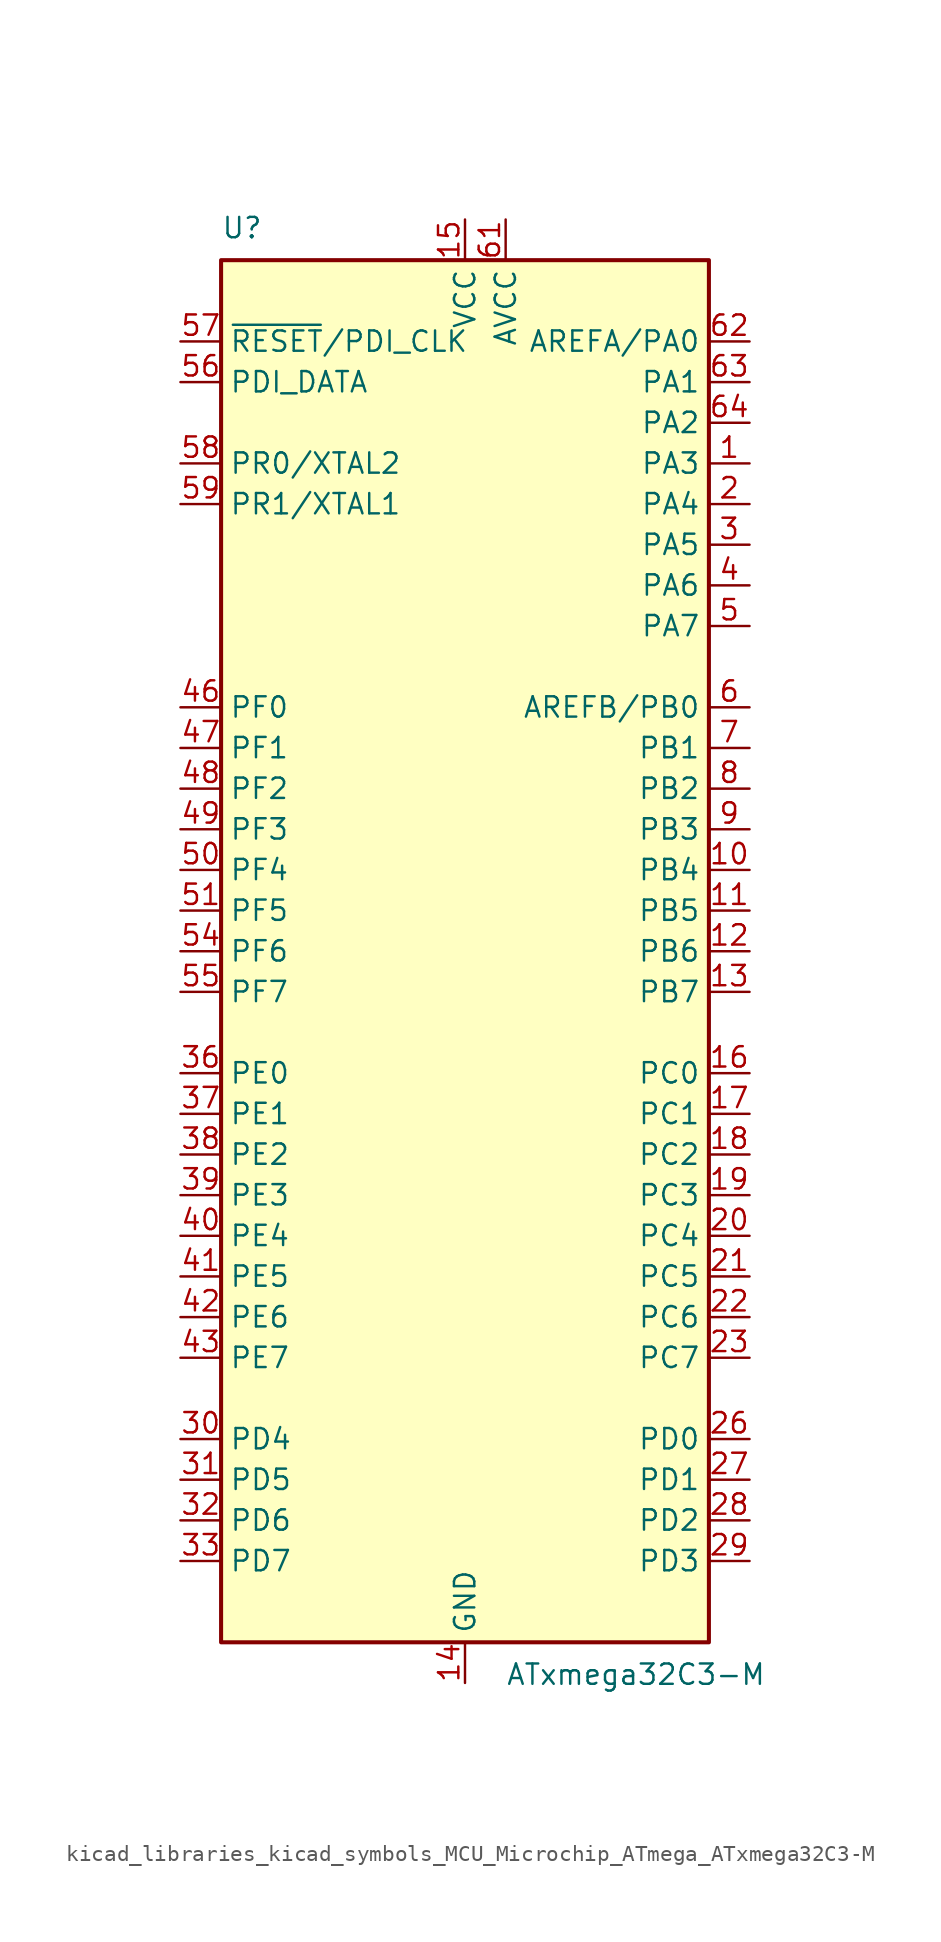
<source format=kicad_sym>
(kicad_symbol_lib
  (version 20220914)
  (generator kicad_symbol_editor)
  (symbol "kicad_libraries_kicad_symbols_MCU_Microchip_ATmega_ATxmega32C3-M"
    (property "Reference" "U"
      (at -15.24 44.45 0)
      (effects (font (size 1.27 1.27)) (justify left bottom)))
    (property "Value" "ATxmega32C3-M"
      (at 2.54 -44.45 0)
      (effects (font (size 1.27 1.27)) (justify left top)))
    (symbol "kicad_libraries_kicad_symbols_MCU_Microchip_ATmega_ATxmega32C3-M_0_1"
      (rectangle (start -15.24 -43.18) (end 15.24 43.18) (stroke (width 0.254) (type default)) (fill (type background))))
    (symbol "kicad_libraries_kicad_symbols_MCU_Microchip_ATmega_ATxmega32C3-M_1_1"
      (pin bidirectional line (at 17.78 30.48 180) (length 2.54) (name "PA3" (effects (font (size 1.27 1.27)))) (number "1" (effects (font (size 1.27 1.27)))))
      (pin bidirectional line (at 17.78 5.08 180) (length 2.54) (name "PB4" (effects (font (size 1.27 1.27)))) (number "10" (effects (font (size 1.27 1.27)))))
      (pin bidirectional line (at 17.78 2.54 180) (length 2.54) (name "PB5" (effects (font (size 1.27 1.27)))) (number "11" (effects (font (size 1.27 1.27)))))
      (pin bidirectional line (at 17.78 0 180) (length 2.54) (name "PB6" (effects (font (size 1.27 1.27)))) (number "12" (effects (font (size 1.27 1.27)))))
      (pin bidirectional line (at 17.78 -2.54 180) (length 2.54) (name "PB7" (effects (font (size 1.27 1.27)))) (number "13" (effects (font (size 1.27 1.27)))))
      (pin power_in line (at 0 -45.72 90) (length 2.54) (name "GND" (effects (font (size 1.27 1.27)))) (number "14" (effects (font (size 1.27 1.27)))))
      (pin power_in line (at 0 45.72 270) (length 2.54) (name "VCC" (effects (font (size 1.27 1.27)))) (number "15" (effects (font (size 1.27 1.27)))))
      (pin bidirectional line (at 17.78 -7.62 180) (length 2.54) (name "PC0" (effects (font (size 1.27 1.27)))) (number "16" (effects (font (size 1.27 1.27)))))
      (pin bidirectional line (at 17.78 -10.16 180) (length 2.54) (name "PC1" (effects (font (size 1.27 1.27)))) (number "17" (effects (font (size 1.27 1.27)))))
      (pin bidirectional line (at 17.78 -12.7 180) (length 2.54) (name "PC2" (effects (font (size 1.27 1.27)))) (number "18" (effects (font (size 1.27 1.27)))))
      (pin bidirectional line (at 17.78 -15.24 180) (length 2.54) (name "PC3" (effects (font (size 1.27 1.27)))) (number "19" (effects (font (size 1.27 1.27)))))
      (pin bidirectional line (at 17.78 27.94 180) (length 2.54) (name "PA4" (effects (font (size 1.27 1.27)))) (number "2" (effects (font (size 1.27 1.27)))))
      (pin bidirectional line (at 17.78 -17.78 180) (length 2.54) (name "PC4" (effects (font (size 1.27 1.27)))) (number "20" (effects (font (size 1.27 1.27)))))
      (pin bidirectional line (at 17.78 -20.32 180) (length 2.54) (name "PC5" (effects (font (size 1.27 1.27)))) (number "21" (effects (font (size 1.27 1.27)))))
      (pin bidirectional line (at 17.78 -22.86 180) (length 2.54) (name "PC6" (effects (font (size 1.27 1.27)))) (number "22" (effects (font (size 1.27 1.27)))))
      (pin bidirectional line (at 17.78 -25.4 180) (length 2.54) (name "PC7" (effects (font (size 1.27 1.27)))) (number "23" (effects (font (size 1.27 1.27)))))
      (pin passive line (at 0 -45.72 90) (length 2.54) hide (name "GND" (effects (font (size 1.27 1.27)))) (number "24" (effects (font (size 1.27 1.27)))))
      (pin passive line (at 0 45.72 270) (length 2.54) hide (name "VCC" (effects (font (size 1.27 1.27)))) (number "25" (effects (font (size 1.27 1.27)))))
      (pin bidirectional line (at 17.78 -30.48 180) (length 2.54) (name "PD0" (effects (font (size 1.27 1.27)))) (number "26" (effects (font (size 1.27 1.27)))))
      (pin bidirectional line (at 17.78 -33.02 180) (length 2.54) (name "PD1" (effects (font (size 1.27 1.27)))) (number "27" (effects (font (size 1.27 1.27)))))
      (pin bidirectional line (at 17.78 -35.56 180) (length 2.54) (name "PD2" (effects (font (size 1.27 1.27)))) (number "28" (effects (font (size 1.27 1.27)))))
      (pin bidirectional line (at 17.78 -38.1 180) (length 2.54) (name "PD3" (effects (font (size 1.27 1.27)))) (number "29" (effects (font (size 1.27 1.27)))))
      (pin bidirectional line (at 17.78 25.4 180) (length 2.54) (name "PA5" (effects (font (size 1.27 1.27)))) (number "3" (effects (font (size 1.27 1.27)))))
      (pin bidirectional line (at -17.78 -30.48 0) (length 2.54) (name "PD4" (effects (font (size 1.27 1.27)))) (number "30" (effects (font (size 1.27 1.27)))))
      (pin bidirectional line (at -17.78 -33.02 0) (length 2.54) (name "PD5" (effects (font (size 1.27 1.27)))) (number "31" (effects (font (size 1.27 1.27)))))
      (pin bidirectional line (at -17.78 -35.56 0) (length 2.54) (name "PD6" (effects (font (size 1.27 1.27)))) (number "32" (effects (font (size 1.27 1.27)))))
      (pin bidirectional line (at -17.78 -38.1 0) (length 2.54) (name "PD7" (effects (font (size 1.27 1.27)))) (number "33" (effects (font (size 1.27 1.27)))))
      (pin passive line (at 0 -45.72 90) (length 2.54) hide (name "GND" (effects (font (size 1.27 1.27)))) (number "34" (effects (font (size 1.27 1.27)))))
      (pin passive line (at 0 45.72 270) (length 2.54) hide (name "VCC" (effects (font (size 1.27 1.27)))) (number "35" (effects (font (size 1.27 1.27)))))
      (pin bidirectional line (at -17.78 -7.62 0) (length 2.54) (name "PE0" (effects (font (size 1.27 1.27)))) (number "36" (effects (font (size 1.27 1.27)))))
      (pin bidirectional line (at -17.78 -10.16 0) (length 2.54) (name "PE1" (effects (font (size 1.27 1.27)))) (number "37" (effects (font (size 1.27 1.27)))))
      (pin bidirectional line (at -17.78 -12.7 0) (length 2.54) (name "PE2" (effects (font (size 1.27 1.27)))) (number "38" (effects (font (size 1.27 1.27)))))
      (pin bidirectional line (at -17.78 -15.24 0) (length 2.54) (name "PE3" (effects (font (size 1.27 1.27)))) (number "39" (effects (font (size 1.27 1.27)))))
      (pin bidirectional line (at 17.78 22.86 180) (length 2.54) (name "PA6" (effects (font (size 1.27 1.27)))) (number "4" (effects (font (size 1.27 1.27)))))
      (pin bidirectional line (at -17.78 -17.78 0) (length 2.54) (name "PE4" (effects (font (size 1.27 1.27)))) (number "40" (effects (font (size 1.27 1.27)))))
      (pin bidirectional line (at -17.78 -20.32 0) (length 2.54) (name "PE5" (effects (font (size 1.27 1.27)))) (number "41" (effects (font (size 1.27 1.27)))))
      (pin bidirectional line (at -17.78 -22.86 0) (length 2.54) (name "PE6" (effects (font (size 1.27 1.27)))) (number "42" (effects (font (size 1.27 1.27)))))
      (pin bidirectional line (at -17.78 -25.4 0) (length 2.54) (name "PE7" (effects (font (size 1.27 1.27)))) (number "43" (effects (font (size 1.27 1.27)))))
      (pin passive line (at 0 -45.72 90) (length 2.54) hide (name "GND" (effects (font (size 1.27 1.27)))) (number "44" (effects (font (size 1.27 1.27)))))
      (pin passive line (at 0 45.72 270) (length 2.54) hide (name "VCC" (effects (font (size 1.27 1.27)))) (number "45" (effects (font (size 1.27 1.27)))))
      (pin bidirectional line (at -17.78 15.24 0) (length 2.54) (name "PF0" (effects (font (size 1.27 1.27)))) (number "46" (effects (font (size 1.27 1.27)))))
      (pin bidirectional line (at -17.78 12.7 0) (length 2.54) (name "PF1" (effects (font (size 1.27 1.27)))) (number "47" (effects (font (size 1.27 1.27)))))
      (pin bidirectional line (at -17.78 10.16 0) (length 2.54) (name "PF2" (effects (font (size 1.27 1.27)))) (number "48" (effects (font (size 1.27 1.27)))))
      (pin bidirectional line (at -17.78 7.62 0) (length 2.54) (name "PF3" (effects (font (size 1.27 1.27)))) (number "49" (effects (font (size 1.27 1.27)))))
      (pin bidirectional line (at 17.78 20.32 180) (length 2.54) (name "PA7" (effects (font (size 1.27 1.27)))) (number "5" (effects (font (size 1.27 1.27)))))
      (pin bidirectional line (at -17.78 5.08 0) (length 2.54) (name "PF4" (effects (font (size 1.27 1.27)))) (number "50" (effects (font (size 1.27 1.27)))))
      (pin bidirectional line (at -17.78 2.54 0) (length 2.54) (name "PF5" (effects (font (size 1.27 1.27)))) (number "51" (effects (font (size 1.27 1.27)))))
      (pin passive line (at 0 -45.72 90) (length 2.54) hide (name "GND" (effects (font (size 1.27 1.27)))) (number "52" (effects (font (size 1.27 1.27)))))
      (pin passive line (at 0 45.72 270) (length 2.54) hide (name "VCC" (effects (font (size 1.27 1.27)))) (number "53" (effects (font (size 1.27 1.27)))))
      (pin bidirectional line (at -17.78 0 0) (length 2.54) (name "PF6" (effects (font (size 1.27 1.27)))) (number "54" (effects (font (size 1.27 1.27)))))
      (pin bidirectional line (at -17.78 -2.54 0) (length 2.54) (name "PF7" (effects (font (size 1.27 1.27)))) (number "55" (effects (font (size 1.27 1.27)))))
      (pin bidirectional line (at -17.78 35.56 0) (length 2.54) (name "PDI_DATA" (effects (font (size 1.27 1.27)))) (number "56" (effects (font (size 1.27 1.27)))))
      (pin input line (at -17.78 38.1 0) (length 2.54) (name "~{RESET}/PDI_CLK" (effects (font (size 1.27 1.27)))) (number "57" (effects (font (size 1.27 1.27)))))
      (pin bidirectional line (at -17.78 30.48 0) (length 2.54) (name "PR0/XTAL2" (effects (font (size 1.27 1.27)))) (number "58" (effects (font (size 1.27 1.27)))))
      (pin bidirectional line (at -17.78 27.94 0) (length 2.54) (name "PR1/XTAL1" (effects (font (size 1.27 1.27)))) (number "59" (effects (font (size 1.27 1.27)))))
      (pin bidirectional line (at 17.78 15.24 180) (length 2.54) (name "AREFB/PB0" (effects (font (size 1.27 1.27)))) (number "6" (effects (font (size 1.27 1.27)))))
      (pin passive line (at 0 -45.72 90) (length 2.54) hide (name "GND" (effects (font (size 1.27 1.27)))) (number "60" (effects (font (size 1.27 1.27)))))
      (pin power_in line (at 2.54 45.72 270) (length 2.54) (name "AVCC" (effects (font (size 1.27 1.27)))) (number "61" (effects (font (size 1.27 1.27)))))
      (pin bidirectional line (at 17.78 38.1 180) (length 2.54) (name "AREFA/PA0" (effects (font (size 1.27 1.27)))) (number "62" (effects (font (size 1.27 1.27)))))
      (pin bidirectional line (at 17.78 35.56 180) (length 2.54) (name "PA1" (effects (font (size 1.27 1.27)))) (number "63" (effects (font (size 1.27 1.27)))))
      (pin bidirectional line (at 17.78 33.02 180) (length 2.54) (name "PA2" (effects (font (size 1.27 1.27)))) (number "64" (effects (font (size 1.27 1.27)))))
      (pin passive line (at 0 -45.72 90) (length 2.54) hide (name "GND" (effects (font (size 1.27 1.27)))) (number "65" (effects (font (size 1.27 1.27)))))
      (pin bidirectional line (at 17.78 12.7 180) (length 2.54) (name "PB1" (effects (font (size 1.27 1.27)))) (number "7" (effects (font (size 1.27 1.27)))))
      (pin bidirectional line (at 17.78 10.16 180) (length 2.54) (name "PB2" (effects (font (size 1.27 1.27)))) (number "8" (effects (font (size 1.27 1.27)))))
      (pin bidirectional line (at 17.78 7.62 180) (length 2.54) (name "PB3" (effects (font (size 1.27 1.27)))) (number "9" (effects (font (size 1.27 1.27))))))))
</source>
